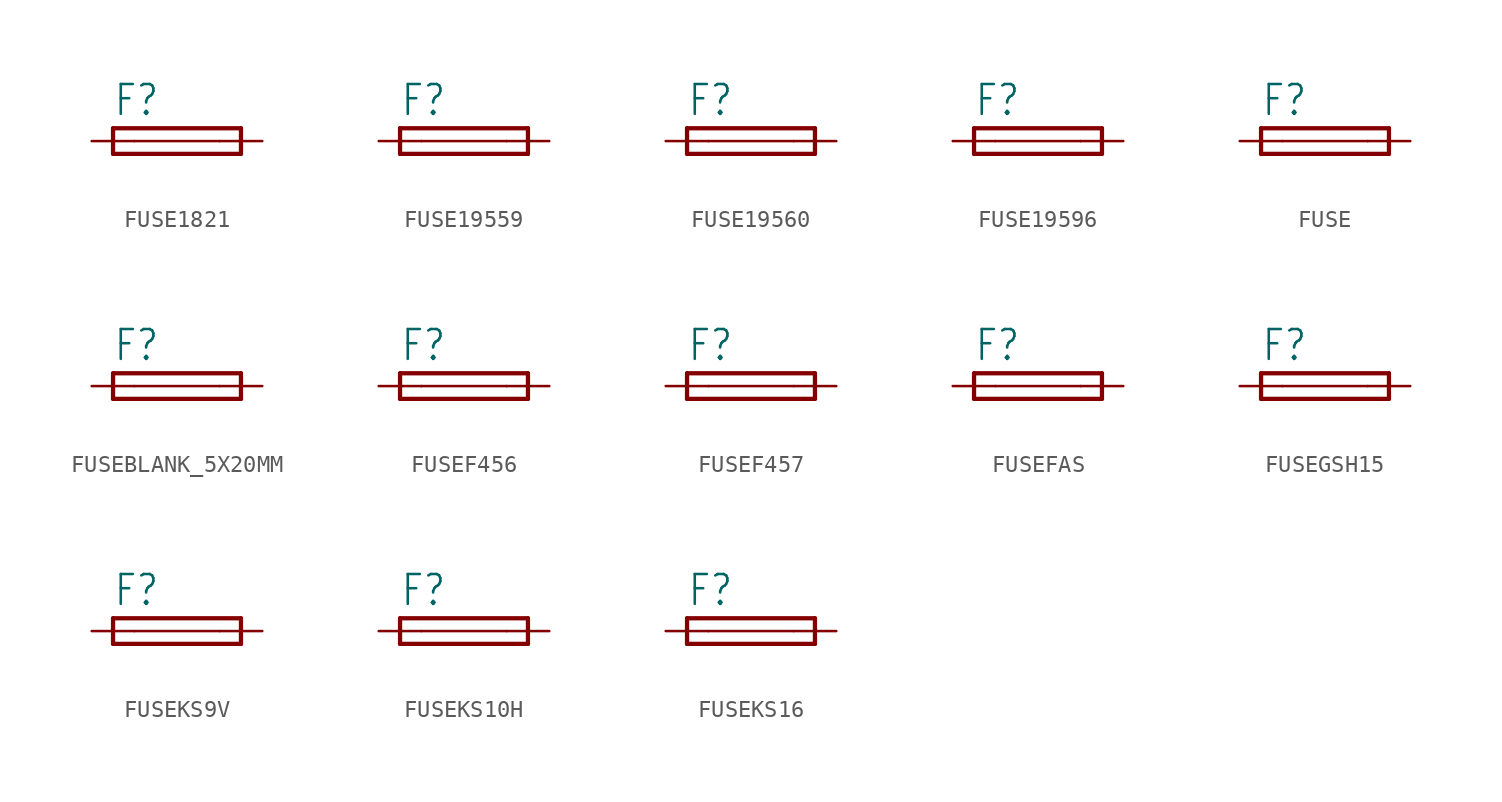
<source format=kicad_sym>
(kicad_symbol_lib
  (version 20220914)
  (generator kicad_symbol_editor)
  (symbol "FUSE1821"
    (property "Reference" "F"
      (at -3.81 1.397 0)
      (effects (font (size 1.778 1.511)) (justify left bottom)))
    (property "Value" ""
      (at -3.81 -2.921 0)
      (effects (font (size 1.778 1.511)) (justify left bottom)))
    (property "ki_locked" ""
      (at 0 0 0)
      (effects (font (size 1.27 1.27))))
    (symbol "FUSE1821_1_0"
      (polyline (pts (xy -3.81 -0.762) (xy 3.81 -0.762)) (stroke (width 0.254) (type solid)) (fill (type none)))
      (polyline (pts (xy -3.81 0.762) (xy -3.81 -0.762)) (stroke (width 0.254) (type solid)) (fill (type none)))
      (polyline (pts (xy -2.54 0) (xy 2.54 0)) (stroke (width 0.152) (type solid)) (fill (type none)))
      (polyline (pts (xy 3.81 -0.762) (xy 3.81 0.762)) (stroke (width 0.254) (type solid)) (fill (type none)))
      (polyline (pts (xy 3.81 0.762) (xy -3.81 0.762)) (stroke (width 0.254) (type solid)) (fill (type none)))
      (pin passive line (at -5.08 0 0) (length 2.54) (name "1" (effects (font (size 0 0)))) (number "A" (effects (font (size 0 0)))))
      (pin passive line (at 5.08 0 180) (length 2.54) (name "2" (effects (font (size 0 0)))) (number "B" (effects (font (size 0 0)))))))
  (symbol "FUSE19559"
    (property "Reference" "F"
      (at -3.81 1.397 0)
      (effects (font (size 1.778 1.511)) (justify left bottom)))
    (property "Value" ""
      (at -3.81 -2.921 0)
      (effects (font (size 1.778 1.511)) (justify left bottom)))
    (property "ki_locked" ""
      (at 0 0 0)
      (effects (font (size 1.27 1.27))))
    (symbol "FUSE19559_1_0"
      (polyline (pts (xy -3.81 -0.762) (xy 3.81 -0.762)) (stroke (width 0.254) (type solid)) (fill (type none)))
      (polyline (pts (xy -3.81 0.762) (xy -3.81 -0.762)) (stroke (width 0.254) (type solid)) (fill (type none)))
      (polyline (pts (xy -2.54 0) (xy 2.54 0)) (stroke (width 0.152) (type solid)) (fill (type none)))
      (polyline (pts (xy 3.81 -0.762) (xy 3.81 0.762)) (stroke (width 0.254) (type solid)) (fill (type none)))
      (polyline (pts (xy 3.81 0.762) (xy -3.81 0.762)) (stroke (width 0.254) (type solid)) (fill (type none)))
      (pin passive line (at -5.08 0 0) (length 2.54) (name "1" (effects (font (size 0 0)))) (number "1" (effects (font (size 0 0)))))
      (pin passive line (at 5.08 0 180) (length 2.54) (name "2" (effects (font (size 0 0)))) (number "2" (effects (font (size 0 0)))))))
  (symbol "FUSE19560"
    (property "Reference" "F"
      (at -3.81 1.397 0)
      (effects (font (size 1.778 1.511)) (justify left bottom)))
    (property "Value" ""
      (at -3.81 -2.921 0)
      (effects (font (size 1.778 1.511)) (justify left bottom)))
    (property "ki_locked" ""
      (at 0 0 0)
      (effects (font (size 1.27 1.27))))
    (symbol "FUSE19560_1_0"
      (polyline (pts (xy -3.81 -0.762) (xy 3.81 -0.762)) (stroke (width 0.254) (type solid)) (fill (type none)))
      (polyline (pts (xy -3.81 0.762) (xy -3.81 -0.762)) (stroke (width 0.254) (type solid)) (fill (type none)))
      (polyline (pts (xy -2.54 0) (xy 2.54 0)) (stroke (width 0.152) (type solid)) (fill (type none)))
      (polyline (pts (xy 3.81 -0.762) (xy 3.81 0.762)) (stroke (width 0.254) (type solid)) (fill (type none)))
      (polyline (pts (xy 3.81 0.762) (xy -3.81 0.762)) (stroke (width 0.254) (type solid)) (fill (type none)))
      (pin passive line (at -5.08 0 0) (length 2.54) (name "1" (effects (font (size 0 0)))) (number "1" (effects (font (size 0 0)))))
      (pin passive line (at 5.08 0 180) (length 2.54) (name "2" (effects (font (size 0 0)))) (number "2" (effects (font (size 0 0)))))))
  (symbol "FUSE19596"
    (property "Reference" "F"
      (at -3.81 1.397 0)
      (effects (font (size 1.778 1.511)) (justify left bottom)))
    (property "Value" ""
      (at -3.81 -2.921 0)
      (effects (font (size 1.778 1.511)) (justify left bottom)))
    (property "ki_locked" ""
      (at 0 0 0)
      (effects (font (size 1.27 1.27))))
    (symbol "FUSE19596_1_0"
      (polyline (pts (xy -3.81 -0.762) (xy 3.81 -0.762)) (stroke (width 0.254) (type solid)) (fill (type none)))
      (polyline (pts (xy -3.81 0.762) (xy -3.81 -0.762)) (stroke (width 0.254) (type solid)) (fill (type none)))
      (polyline (pts (xy -2.54 0) (xy 2.54 0)) (stroke (width 0.152) (type solid)) (fill (type none)))
      (polyline (pts (xy 3.81 -0.762) (xy 3.81 0.762)) (stroke (width 0.254) (type solid)) (fill (type none)))
      (polyline (pts (xy 3.81 0.762) (xy -3.81 0.762)) (stroke (width 0.254) (type solid)) (fill (type none)))
      (pin passive line (at -5.08 0 0) (length 2.54) (name "1" (effects (font (size 0 0)))) (number "A" (effects (font (size 0 0)))))
      (pin passive line (at 5.08 0 180) (length 2.54) (name "2" (effects (font (size 0 0)))) (number "B" (effects (font (size 0 0)))))))
  (symbol "FUSE"
    (property "Reference" "F"
      (at -3.81 1.397 0)
      (effects (font (size 1.778 1.511)) (justify left bottom)))
    (property "Value" ""
      (at -3.81 -2.921 0)
      (effects (font (size 1.778 1.511)) (justify left bottom)))
    (property "ki_locked" ""
      (at 0 0 0)
      (effects (font (size 1.27 1.27))))
    (symbol "FUSE_1_0"
      (polyline (pts (xy -3.81 -0.762) (xy 3.81 -0.762)) (stroke (width 0.254) (type solid)) (fill (type none)))
      (polyline (pts (xy -3.81 0.762) (xy -3.81 -0.762)) (stroke (width 0.254) (type solid)) (fill (type none)))
      (polyline (pts (xy -2.54 0) (xy 2.54 0)) (stroke (width 0.152) (type solid)) (fill (type none)))
      (polyline (pts (xy 3.81 -0.762) (xy 3.81 0.762)) (stroke (width 0.254) (type solid)) (fill (type none)))
      (polyline (pts (xy 3.81 0.762) (xy -3.81 0.762)) (stroke (width 0.254) (type solid)) (fill (type none)))
      (pin passive line (at -5.08 0 0) (length 2.54) (name "1" (effects (font (size 0 0)))) (number "1" (effects (font (size 0 0)))))
      (pin passive line (at 5.08 0 180) (length 2.54) (name "2" (effects (font (size 0 0)))) (number "2" (effects (font (size 0 0)))))))
  (symbol "FUSEBLANK_5X20MM"
    (property "Reference" "F"
      (at -3.81 1.397 0)
      (effects (font (size 1.778 1.511)) (justify left bottom)))
    (property "Value" ""
      (at -3.81 -2.921 0)
      (effects (font (size 1.778 1.511)) (justify left bottom)))
    (property "ki_locked" ""
      (at 0 0 0)
      (effects (font (size 1.27 1.27))))
    (symbol "FUSEBLANK_5X20MM_1_0"
      (polyline (pts (xy -3.81 -0.762) (xy 3.81 -0.762)) (stroke (width 0.254) (type solid)) (fill (type none)))
      (polyline (pts (xy -3.81 0.762) (xy -3.81 -0.762)) (stroke (width 0.254) (type solid)) (fill (type none)))
      (polyline (pts (xy -2.54 0) (xy 2.54 0)) (stroke (width 0.152) (type solid)) (fill (type none)))
      (polyline (pts (xy 3.81 -0.762) (xy 3.81 0.762)) (stroke (width 0.254) (type solid)) (fill (type none)))
      (polyline (pts (xy 3.81 0.762) (xy -3.81 0.762)) (stroke (width 0.254) (type solid)) (fill (type none)))
      (pin passive line (at -5.08 0 0) (length 2.54) (name "1" (effects (font (size 0 0)))) (number "1" (effects (font (size 0 0)))))
      (pin passive line (at 5.08 0 180) (length 2.54) (name "2" (effects (font (size 0 0)))) (number "2" (effects (font (size 0 0)))))))
  (symbol "FUSEF456"
    (property "Reference" "F"
      (at -3.81 1.397 0)
      (effects (font (size 1.778 1.511)) (justify left bottom)))
    (property "Value" ""
      (at -3.81 -2.921 0)
      (effects (font (size 1.778 1.511)) (justify left bottom)))
    (property "ki_locked" ""
      (at 0 0 0)
      (effects (font (size 1.27 1.27))))
    (symbol "FUSEF456_1_0"
      (polyline (pts (xy -3.81 -0.762) (xy 3.81 -0.762)) (stroke (width 0.254) (type solid)) (fill (type none)))
      (polyline (pts (xy -3.81 0.762) (xy -3.81 -0.762)) (stroke (width 0.254) (type solid)) (fill (type none)))
      (polyline (pts (xy -2.54 0) (xy 2.54 0)) (stroke (width 0.152) (type solid)) (fill (type none)))
      (polyline (pts (xy 3.81 -0.762) (xy 3.81 0.762)) (stroke (width 0.254) (type solid)) (fill (type none)))
      (polyline (pts (xy 3.81 0.762) (xy -3.81 0.762)) (stroke (width 0.254) (type solid)) (fill (type none)))
      (pin passive line (at -5.08 0 0) (length 2.54) (name "1" (effects (font (size 0 0)))) (number "1" (effects (font (size 0 0)))))
      (pin passive line (at 5.08 0 180) (length 2.54) (name "2" (effects (font (size 0 0)))) (number "2" (effects (font (size 0 0)))))))
  (symbol "FUSEF457"
    (property "Reference" "F"
      (at -3.81 1.397 0)
      (effects (font (size 1.778 1.511)) (justify left bottom)))
    (property "Value" ""
      (at -3.81 -2.921 0)
      (effects (font (size 1.778 1.511)) (justify left bottom)))
    (property "ki_locked" ""
      (at 0 0 0)
      (effects (font (size 1.27 1.27))))
    (symbol "FUSEF457_1_0"
      (polyline (pts (xy -3.81 -0.762) (xy 3.81 -0.762)) (stroke (width 0.254) (type solid)) (fill (type none)))
      (polyline (pts (xy -3.81 0.762) (xy -3.81 -0.762)) (stroke (width 0.254) (type solid)) (fill (type none)))
      (polyline (pts (xy -2.54 0) (xy 2.54 0)) (stroke (width 0.152) (type solid)) (fill (type none)))
      (polyline (pts (xy 3.81 -0.762) (xy 3.81 0.762)) (stroke (width 0.254) (type solid)) (fill (type none)))
      (polyline (pts (xy 3.81 0.762) (xy -3.81 0.762)) (stroke (width 0.254) (type solid)) (fill (type none)))
      (pin passive line (at -5.08 0 0) (length 2.54) (name "1" (effects (font (size 0 0)))) (number "1" (effects (font (size 0 0)))))
      (pin passive line (at 5.08 0 180) (length 2.54) (name "2" (effects (font (size 0 0)))) (number "2" (effects (font (size 0 0)))))))
  (symbol "FUSEFAS"
    (property "Reference" "F"
      (at -3.81 1.397 0)
      (effects (font (size 1.778 1.511)) (justify left bottom)))
    (property "Value" ""
      (at -3.81 -2.921 0)
      (effects (font (size 1.778 1.511)) (justify left bottom)))
    (property "ki_locked" ""
      (at 0 0 0)
      (effects (font (size 1.27 1.27))))
    (symbol "FUSEFAS_1_0"
      (polyline (pts (xy -3.81 -0.762) (xy 3.81 -0.762)) (stroke (width 0.254) (type solid)) (fill (type none)))
      (polyline (pts (xy -3.81 0.762) (xy -3.81 -0.762)) (stroke (width 0.254) (type solid)) (fill (type none)))
      (polyline (pts (xy -2.54 0) (xy 2.54 0)) (stroke (width 0.152) (type solid)) (fill (type none)))
      (polyline (pts (xy 3.81 -0.762) (xy 3.81 0.762)) (stroke (width 0.254) (type solid)) (fill (type none)))
      (polyline (pts (xy 3.81 0.762) (xy -3.81 0.762)) (stroke (width 0.254) (type solid)) (fill (type none)))
      (pin passive line (at -5.08 0 0) (length 2.54) (name "1" (effects (font (size 0 0)))) (number "A" (effects (font (size 0 0)))))
      (pin passive line (at 5.08 0 180) (length 2.54) (name "2" (effects (font (size 0 0)))) (number "B" (effects (font (size 0 0)))))))
  (symbol "FUSEGSH15"
    (property "Reference" "F"
      (at -3.81 1.397 0)
      (effects (font (size 1.778 1.511)) (justify left bottom)))
    (property "Value" ""
      (at -3.81 -2.921 0)
      (effects (font (size 1.778 1.511)) (justify left bottom)))
    (property "ki_locked" ""
      (at 0 0 0)
      (effects (font (size 1.27 1.27))))
    (symbol "FUSEGSH15_1_0"
      (polyline (pts (xy -3.81 -0.762) (xy 3.81 -0.762)) (stroke (width 0.254) (type solid)) (fill (type none)))
      (polyline (pts (xy -3.81 0.762) (xy -3.81 -0.762)) (stroke (width 0.254) (type solid)) (fill (type none)))
      (polyline (pts (xy -2.54 0) (xy 2.54 0)) (stroke (width 0.152) (type solid)) (fill (type none)))
      (polyline (pts (xy 3.81 -0.762) (xy 3.81 0.762)) (stroke (width 0.254) (type solid)) (fill (type none)))
      (polyline (pts (xy 3.81 0.762) (xy -3.81 0.762)) (stroke (width 0.254) (type solid)) (fill (type none)))
      (pin passive line (at -5.08 0 0) (length 2.54) (name "1" (effects (font (size 0 0)))) (number "1" (effects (font (size 0 0)))))
      (pin passive line (at 5.08 0 180) (length 2.54) (name "2" (effects (font (size 0 0)))) (number "2" (effects (font (size 0 0)))))))
  (symbol "FUSEKS9V"
    (property "Reference" "F"
      (at -3.81 1.397 0)
      (effects (font (size 1.778 1.511)) (justify left bottom)))
    (property "Value" ""
      (at -3.81 -2.921 0)
      (effects (font (size 1.778 1.511)) (justify left bottom)))
    (property "ki_locked" ""
      (at 0 0 0)
      (effects (font (size 1.27 1.27))))
    (symbol "FUSEKS9V_1_0"
      (polyline (pts (xy -3.81 -0.762) (xy 3.81 -0.762)) (stroke (width 0.254) (type solid)) (fill (type none)))
      (polyline (pts (xy -3.81 0.762) (xy -3.81 -0.762)) (stroke (width 0.254) (type solid)) (fill (type none)))
      (polyline (pts (xy -2.54 0) (xy 2.54 0)) (stroke (width 0.152) (type solid)) (fill (type none)))
      (polyline (pts (xy 3.81 -0.762) (xy 3.81 0.762)) (stroke (width 0.254) (type solid)) (fill (type none)))
      (polyline (pts (xy 3.81 0.762) (xy -3.81 0.762)) (stroke (width 0.254) (type solid)) (fill (type none)))
      (pin passive line (at -5.08 0 0) (length 2.54) (name "1" (effects (font (size 0 0)))) (number "1" (effects (font (size 0 0)))))
      (pin passive line (at 5.08 0 180) (length 2.54) (name "2" (effects (font (size 0 0)))) (number "2" (effects (font (size 0 0)))))))
  (symbol "FUSEKS10H"
    (property "Reference" "F"
      (at -3.81 1.397 0)
      (effects (font (size 1.778 1.511)) (justify left bottom)))
    (property "Value" ""
      (at -3.81 -2.921 0)
      (effects (font (size 1.778 1.511)) (justify left bottom)))
    (property "ki_locked" ""
      (at 0 0 0)
      (effects (font (size 1.27 1.27))))
    (symbol "FUSEKS10H_1_0"
      (polyline (pts (xy -3.81 -0.762) (xy 3.81 -0.762)) (stroke (width 0.254) (type solid)) (fill (type none)))
      (polyline (pts (xy -3.81 0.762) (xy -3.81 -0.762)) (stroke (width 0.254) (type solid)) (fill (type none)))
      (polyline (pts (xy -2.54 0) (xy 2.54 0)) (stroke (width 0.152) (type solid)) (fill (type none)))
      (polyline (pts (xy 3.81 -0.762) (xy 3.81 0.762)) (stroke (width 0.254) (type solid)) (fill (type none)))
      (polyline (pts (xy 3.81 0.762) (xy -3.81 0.762)) (stroke (width 0.254) (type solid)) (fill (type none)))
      (pin passive line (at -5.08 0 0) (length 2.54) (name "1" (effects (font (size 0 0)))) (number "1" (effects (font (size 0 0)))))
      (pin passive line (at 5.08 0 180) (length 2.54) (name "2" (effects (font (size 0 0)))) (number "2" (effects (font (size 0 0)))))))
  (symbol "FUSEKS16"
    (property "Reference" "F"
      (at -3.81 1.397 0)
      (effects (font (size 1.778 1.511)) (justify left bottom)))
    (property "Value" ""
      (at -3.81 -2.921 0)
      (effects (font (size 1.778 1.511)) (justify left bottom)))
    (property "ki_locked" ""
      (at 0 0 0)
      (effects (font (size 1.27 1.27))))
    (symbol "FUSEKS16_1_0"
      (polyline (pts (xy -3.81 -0.762) (xy 3.81 -0.762)) (stroke (width 0.254) (type solid)) (fill (type none)))
      (polyline (pts (xy -3.81 0.762) (xy -3.81 -0.762)) (stroke (width 0.254) (type solid)) (fill (type none)))
      (polyline (pts (xy -2.54 0) (xy 2.54 0)) (stroke (width 0.152) (type solid)) (fill (type none)))
      (polyline (pts (xy 3.81 -0.762) (xy 3.81 0.762)) (stroke (width 0.254) (type solid)) (fill (type none)))
      (polyline (pts (xy 3.81 0.762) (xy -3.81 0.762)) (stroke (width 0.254) (type solid)) (fill (type none)))
      (pin passive line (at -5.08 0 0) (length 2.54) (name "1" (effects (font (size 0 0)))) (number "1" (effects (font (size 0 0)))))
      (pin passive line (at 5.08 0 180) (length 2.54) (name "2" (effects (font (size 0 0)))) (number "2" (effects (font (size 0 0))))))))
</source>
